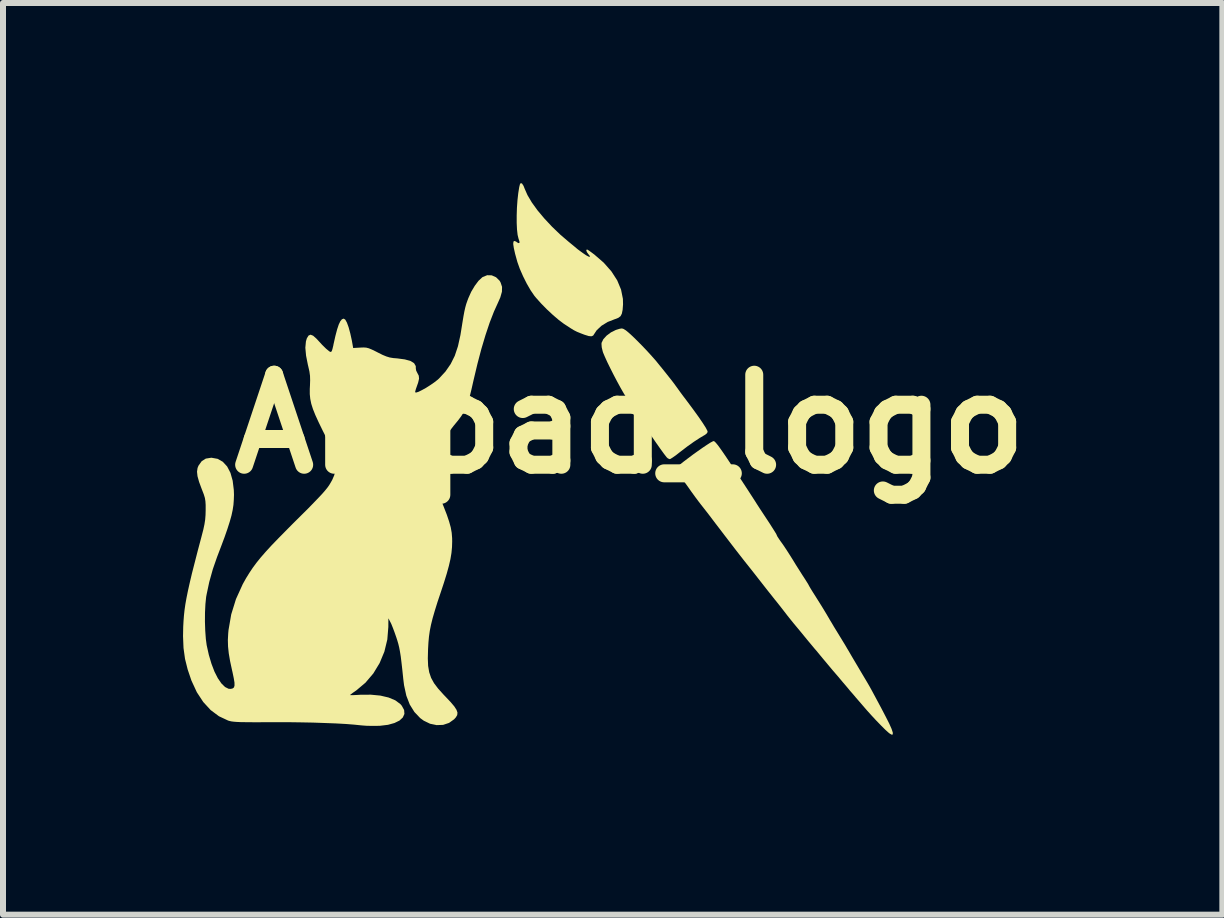
<source format=kicad_pcb>
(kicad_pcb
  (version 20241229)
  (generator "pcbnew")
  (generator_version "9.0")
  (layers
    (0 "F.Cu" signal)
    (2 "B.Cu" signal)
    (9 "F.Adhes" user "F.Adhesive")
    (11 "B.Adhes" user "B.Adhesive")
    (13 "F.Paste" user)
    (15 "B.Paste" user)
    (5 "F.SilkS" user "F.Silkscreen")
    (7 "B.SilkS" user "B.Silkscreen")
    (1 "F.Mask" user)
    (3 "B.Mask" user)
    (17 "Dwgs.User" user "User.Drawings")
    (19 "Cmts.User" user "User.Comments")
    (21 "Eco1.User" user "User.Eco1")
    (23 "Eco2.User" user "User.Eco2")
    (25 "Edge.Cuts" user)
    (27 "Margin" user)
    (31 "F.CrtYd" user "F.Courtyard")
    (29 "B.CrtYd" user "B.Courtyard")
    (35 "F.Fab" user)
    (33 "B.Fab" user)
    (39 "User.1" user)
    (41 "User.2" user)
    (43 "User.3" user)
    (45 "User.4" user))
  (footprint "Artpad_logo"
    (layer "F.Cu")
    (at 7.447 4.016)
    (property "Reference" "Artpad_logo" (at 0 0 0) (layer "F.SilkS") (effects (font (size 1.5 1.5) (thickness 0.3))))
    (attr board_only exclude_from_pos_files exclude_from_bom)
    (fp_poly (pts (xy -0.107 -1.585) (xy -0.073 -1.564) (xy -0.068 -1.561) (xy -0.023 -1.524) (xy 0.041 -1.466) (xy 0.116 -1.393) (xy 0.199 -1.309) (xy 0.283 -1.221) (xy 0.362 -1.134) (xy 0.433 -1.054) (xy 0.466 -1.013) (xy 0.491 -0.982) (xy 0.532 -0.932) (xy 0.58 -0.872) (xy 0.601 -0.846) (xy 0.654 -0.779) (xy 0.706 -0.713) (xy 0.747 -0.659) (xy 0.756 -0.646) (xy 0.788 -0.602) (xy 0.834 -0.538) (xy 0.888 -0.465) (xy 0.933 -0.406) (xy 1.05 -0.249) (xy 1.144 -0.119) (xy 1.215 -0.015) (xy 1.264 0.062) (xy 1.29 0.112) (xy 1.295 0.132) (xy 1.28 0.157) (xy 1.245 0.184) (xy 1.237 0.188) (xy 1.161 0.233) (xy 1.065 0.296) (xy 0.958 0.372) (xy 0.847 0.457) (xy 0.826 0.473) (xy 0.765 0.521) (xy 0.712 0.558) (xy 0.675 0.581) (xy 0.662 0.585) (xy 0.633 0.573) (xy 0.612 0.554) (xy 0.567 0.496) (xy 0.507 0.413) (xy 0.435 0.311) (xy 0.355 0.195) (xy 0.272 0.072) (xy 0.189 -0.055) (xy 0.144 -0.124) (xy 0.088 -0.212) (xy 0.03 -0.301) (xy -0.021 -0.382) (xy -0.061 -0.443) (xy -0.061 -0.443) (xy -0.106 -0.516) (xy -0.158 -0.607) (xy -0.215 -0.712) (xy -0.273 -0.822) (xy -0.328 -0.931) (xy -0.378 -1.033) (xy -0.418 -1.121) (xy -0.446 -1.187) (xy -0.453 -1.208) (xy -0.47 -1.278) (xy -0.474 -1.336) (xy -0.472 -1.355) (xy -0.443 -1.414) (xy -0.388 -1.474) (xy -0.317 -1.527) (xy -0.239 -1.566) (xy -0.225 -1.571) (xy -0.169 -1.588) (xy -0.134 -1.593)) (stroke (width 0) (type solid)) (fill yes) (layer "F.SilkS"))
    (fp_poly (pts (xy -1.797 -4.006) (xy -1.773 -3.969) (xy -1.755 -3.923) (xy -1.708 -3.816) (xy -1.636 -3.694) (xy -1.541 -3.562) (xy -1.426 -3.425) (xy -1.297 -3.287) (xy -1.157 -3.153) (xy -1.02 -3.036) (xy -0.964 -2.99) (xy -0.919 -2.953) (xy -0.892 -2.93) (xy -0.887 -2.926) (xy -0.869 -2.911) (xy -0.831 -2.883) (xy -0.787 -2.851) (xy -0.73 -2.812) (xy -0.689 -2.79) (xy -0.667 -2.786) (xy -0.668 -2.8) (xy -0.689 -2.826) (xy -0.717 -2.864) (xy -0.728 -2.894) (xy -0.718 -2.909) (xy -0.715 -2.909) (xy -0.696 -2.899) (xy -0.657 -2.872) (xy -0.606 -2.834) (xy -0.595 -2.826) (xy -0.437 -2.689) (xy -0.309 -2.544) (xy -0.212 -2.394) (xy -0.148 -2.24) (xy -0.117 -2.085) (xy -0.115 -1.993) (xy -0.122 -1.902) (xy -0.135 -1.839) (xy -0.157 -1.797) (xy -0.193 -1.77) (xy -0.246 -1.749) (xy -0.25 -1.748) (xy -0.371 -1.701) (xy -0.475 -1.637) (xy -0.554 -1.563) (xy -0.593 -1.504) (xy -0.613 -1.474) (xy -0.642 -1.462) (xy -0.686 -1.466) (xy -0.754 -1.487) (xy -0.763 -1.49) (xy -0.828 -1.515) (xy -0.882 -1.537) (xy -0.933 -1.563) (xy -0.989 -1.597) (xy -1.062 -1.645) (xy -1.102 -1.671) (xy -1.187 -1.735) (xy -1.284 -1.818) (xy -1.386 -1.913) (xy -1.482 -2.011) (xy -1.565 -2.104) (xy -1.593 -2.138) (xy -1.654 -2.227) (xy -1.719 -2.339) (xy -1.781 -2.463) (xy -1.835 -2.586) (xy -1.875 -2.698) (xy -1.877 -2.705) (xy -1.913 -2.835) (xy -1.935 -2.933) (xy -1.945 -3.001) (xy -1.941 -3.04) (xy -1.927 -3.051) (xy -1.896 -3.04) (xy -1.889 -3.033) (xy -1.863 -3.017) (xy -1.853 -3.015) (xy -1.84 -3.021) (xy -1.841 -3.042) (xy -1.856 -3.088) (xy -1.857 -3.091) (xy -1.872 -3.153) (xy -1.882 -3.243) (xy -1.887 -3.353) (xy -1.887 -3.475) (xy -1.883 -3.604) (xy -1.874 -3.73) (xy -1.861 -3.847) (xy -1.845 -3.947) (xy -1.833 -3.996) (xy -1.818 -4.016)) (stroke (width 0) (type solid)) (fill yes) (layer "F.SilkS"))
    (fp_poly (pts (xy 1.404 0.287) (xy 1.419 0.299) (xy 1.439 0.321) (xy 1.467 0.355) (xy 1.502 0.403) (xy 1.547 0.467) (xy 1.603 0.549) (xy 1.671 0.651) (xy 1.752 0.775) (xy 1.849 0.922) (xy 1.962 1.095) (xy 2.092 1.296) (xy 2.112 1.328) (xy 2.165 1.41) (xy 2.229 1.507) (xy 2.293 1.604) (xy 2.33 1.66) (xy 2.375 1.731) (xy 2.413 1.791) (xy 2.439 1.834) (xy 2.448 1.855) (xy 2.448 1.855) (xy 2.458 1.876) (xy 2.485 1.917) (xy 2.521 1.969) (xy 2.524 1.972) (xy 2.564 2.029) (xy 2.615 2.106) (xy 2.67 2.192) (xy 2.714 2.262) (xy 2.767 2.349) (xy 2.823 2.437) (xy 2.873 2.516) (xy 2.905 2.565) (xy 2.94 2.62) (xy 2.967 2.663) (xy 2.979 2.685) (xy 2.98 2.687) (xy 2.989 2.704) (xy 3.013 2.745) (xy 3.05 2.805) (xy 3.096 2.877) (xy 3.107 2.895) (xy 3.16 2.979) (xy 3.211 3.061) (xy 3.254 3.132) (xy 3.284 3.182) (xy 3.285 3.184) (xy 3.312 3.23) (xy 3.337 3.273) (xy 3.364 3.317) (xy 3.396 3.372) (xy 3.439 3.442) (xy 3.496 3.535) (xy 3.501 3.543) (xy 3.546 3.617) (xy 3.588 3.686) (xy 3.62 3.741) (xy 3.634 3.764) (xy 3.657 3.803) (xy 3.69 3.86) (xy 3.736 3.938) (xy 3.796 4.039) (xy 3.871 4.166) (xy 3.92 4.248) (xy 3.958 4.312) (xy 3.995 4.376) (xy 4.033 4.445) (xy 4.076 4.525) (xy 4.127 4.62) (xy 4.189 4.736) (xy 4.259 4.87) (xy 4.32 4.99) (xy 4.36 5.08) (xy 4.38 5.141) (xy 4.38 5.173) (xy 4.36 5.176) (xy 4.32 5.152) (xy 4.259 5.098) (xy 4.185 5.024) (xy 4.097 4.933) (xy 4.022 4.852) (xy 3.95 4.772) (xy 3.872 4.682) (xy 3.811 4.611) (xy 3.764 4.557) (xy 3.723 4.508) (xy 3.696 4.477) (xy 3.666 4.443) (xy 3.625 4.393) (xy 3.592 4.354) (xy 3.544 4.298) (xy 3.498 4.243) (xy 3.474 4.214) (xy 3.384 4.11) (xy 3.301 4.011) (xy 3.23 3.926) (xy 3.21 3.902) (xy 3.162 3.844) (xy 3.107 3.777) (xy 3.077 3.743) (xy 3.033 3.69) (xy 2.993 3.642) (xy 2.972 3.617) (xy 2.948 3.588) (xy 2.907 3.538) (xy 2.855 3.474) (xy 2.796 3.403) (xy 2.786 3.391) (xy 2.726 3.319) (xy 2.672 3.252) (xy 2.628 3.197) (xy 2.601 3.162) (xy 2.599 3.159) (xy 2.574 3.127) (xy 2.533 3.074) (xy 2.481 3.008) (xy 2.424 2.936) (xy 2.422 2.935) (xy 2.36 2.856) (xy 2.297 2.777) (xy 2.242 2.707) (xy 2.206 2.661) (xy 2.041 2.45) (xy 1.912 2.288) (xy 1.873 2.238) (xy 1.816 2.165) (xy 1.746 2.075) (xy 1.668 1.973) (xy 1.585 1.865) (xy 1.502 1.756) (xy 1.423 1.653) (xy 1.352 1.559) (xy 1.307 1.5) (xy 1.276 1.46) (xy 1.232 1.404) (xy 1.188 1.348) (xy 1.138 1.283) (xy 1.088 1.216) (xy 1.054 1.169) (xy 1.02 1.122) (xy 0.973 1.055) (xy 0.919 0.98) (xy 0.879 0.926) (xy 0.833 0.858) (xy 0.796 0.799) (xy 0.774 0.756) (xy 0.769 0.736) (xy 0.787 0.715) (xy 0.83 0.678) (xy 0.891 0.629) (xy 0.965 0.573) (xy 1.046 0.512) (xy 1.13 0.452) (xy 1.211 0.395) (xy 1.284 0.346) (xy 1.342 0.309) (xy 1.382 0.288) (xy 1.394 0.284)) (stroke (width 0) (type solid)) (fill yes) (layer "F.SilkS"))
    (fp_poly (pts (xy -2.303 -2.478) (xy -2.231 -2.446) (xy -2.172 -2.388) (xy -2.155 -2.358) (xy -2.131 -2.286) (xy -2.133 -2.205) (xy -2.16 -2.11) (xy -2.197 -2.026) (xy -2.266 -1.874) (xy -2.337 -1.691) (xy -2.407 -1.482) (xy -2.476 -1.251) (xy -2.541 -1.004) (xy -2.603 -0.743) (xy -2.607 -0.726) (xy -2.641 -0.576) (xy -2.671 -0.454) (xy -2.701 -0.355) (xy -2.732 -0.272) (xy -2.768 -0.199) (xy -2.811 -0.131) (xy -2.864 -0.06) (xy -2.93 0.02) (xy -2.936 0.027) (xy -3.052 0.178) (xy -3.137 0.329) (xy -3.193 0.487) (xy -3.224 0.659) (xy -3.232 0.825) (xy -3.23 0.916) (xy -3.223 0.997) (xy -3.209 1.075) (xy -3.185 1.16) (xy -3.15 1.26) (xy -3.104 1.376) (xy -3.051 1.512) (xy -3.013 1.625) (xy -2.986 1.722) (xy -2.97 1.812) (xy -2.963 1.901) (xy -2.962 1.956) (xy -2.965 2.052) (xy -2.974 2.148) (xy -2.991 2.25) (xy -3.017 2.363) (xy -3.053 2.494) (xy -3.1 2.646) (xy -3.149 2.794) (xy -3.207 2.967) (xy -3.252 3.112) (xy -3.288 3.236) (xy -3.315 3.345) (xy -3.335 3.445) (xy -3.349 3.543) (xy -3.358 3.644) (xy -3.364 3.751) (xy -3.368 3.905) (xy -3.363 4.03) (xy -3.345 4.136) (xy -3.313 4.23) (xy -3.264 4.319) (xy -3.195 4.41) (xy -3.102 4.513) (xy -3.073 4.543) (xy -2.987 4.634) (xy -2.927 4.705) (xy -2.89 4.762) (xy -2.874 4.808) (xy -2.878 4.849) (xy -2.901 4.888) (xy -2.93 4.92) (xy -3.014 4.98) (xy -3.113 5.013) (xy -3.221 5.017) (xy -3.331 4.994) (xy -3.436 4.943) (xy -3.495 4.9) (xy -3.592 4.798) (xy -3.669 4.674) (xy -3.726 4.527) (xy -3.764 4.353) (xy -3.777 4.248) (xy -3.793 4.095) (xy -3.807 3.972) (xy -3.819 3.873) (xy -3.832 3.792) (xy -3.845 3.724) (xy -3.86 3.662) (xy -3.878 3.601) (xy -3.894 3.552) (xy -3.923 3.469) (xy -3.952 3.392) (xy -3.977 3.33) (xy -3.99 3.304) (xy -4.025 3.237) (xy -4.026 3.382) (xy -4.043 3.591) (xy -4.092 3.793) (xy -4.171 3.983) (xy -4.276 4.156) (xy -4.407 4.31) (xy -4.56 4.439) (xy -4.569 4.445) (xy -4.618 4.479) (xy -4.652 4.505) (xy -4.665 4.516) (xy -4.649 4.518) (xy -4.604 4.517) (xy -4.54 4.514) (xy -4.492 4.511) (xy -4.317 4.51) (xy -4.159 4.525) (xy -4.022 4.557) (xy -3.91 4.604) (xy -3.826 4.666) (xy -3.802 4.694) (xy -3.763 4.765) (xy -3.758 4.831) (xy -3.785 4.89) (xy -3.84 4.941) (xy -3.924 4.982) (xy -4.032 5.012) (xy -4.164 5.028) (xy -4.204 5.029) (xy -4.295 5.03) (xy -4.389 5.028) (xy -4.469 5.022) (xy -4.488 5.02) (xy -4.596 5.009) (xy -4.734 4.998) (xy -4.898 4.989) (xy -5.083 4.982) (xy -5.283 4.975) (xy -5.493 4.971) (xy -5.709 4.968) (xy -5.925 4.968) (xy -5.986 4.968) (xy -6.155 4.969) (xy -6.291 4.969) (xy -6.401 4.968) (xy -6.486 4.967) (xy -6.552 4.964) (xy -6.602 4.96) (xy -6.641 4.955) (xy -6.672 4.948) (xy -6.696 4.941) (xy -6.849 4.869) (xy -6.987 4.766) (xy -7.11 4.632) (xy -7.217 4.469) (xy -7.306 4.277) (xy -7.308 4.272) (xy -7.37 4.089) (xy -7.414 3.913) (xy -7.439 3.732) (xy -7.447 3.537) (xy -7.444 3.379) (xy -7.439 3.285) (xy -7.432 3.193) (xy -7.422 3.1) (xy -7.408 3.002) (xy -7.389 2.896) (xy -7.365 2.778) (xy -7.335 2.644) (xy -7.299 2.491) (xy -7.254 2.315) (xy -7.202 2.112) (xy -7.14 1.879) (xy -7.138 1.871) (xy -7.109 1.759) (xy -7.09 1.67) (xy -7.078 1.592) (xy -7.072 1.514) (xy -7.07 1.437) (xy -7.07 1.35) (xy -7.074 1.286) (xy -7.083 1.231) (xy -7.101 1.172) (xy -7.13 1.097) (xy -7.136 1.082) (xy -7.18 0.963) (xy -7.206 0.869) (xy -7.214 0.794) (xy -7.205 0.732) (xy -7.189 0.693) (xy -7.136 0.619) (xy -7.068 0.576) (xy -6.98 0.562) (xy -6.97 0.562) (xy -6.87 0.58) (xy -6.784 0.629) (xy -6.712 0.707) (xy -6.657 0.813) (xy -6.62 0.944) (xy -6.601 1.098) (xy -6.598 1.178) (xy -6.601 1.264) (xy -6.607 1.347) (xy -6.62 1.432) (xy -6.64 1.525) (xy -6.669 1.628) (xy -6.707 1.747) (xy -6.755 1.885) (xy -6.816 2.048) (xy -6.879 2.213) (xy -6.95 2.417) (xy -7.01 2.632) (xy -7.054 2.839) (xy -7.062 2.882) (xy -7.074 3) (xy -7.081 3.141) (xy -7.082 3.293) (xy -7.077 3.443) (xy -7.067 3.581) (xy -7.053 3.685) (xy -7.017 3.847) (xy -6.973 3.995) (xy -6.923 4.126) (xy -6.867 4.236) (xy -6.808 4.322) (xy -6.747 4.382) (xy -6.687 4.412) (xy -6.649 4.413) (xy -6.618 4.405) (xy -6.598 4.388) (xy -6.589 4.357) (xy -6.59 4.307) (xy -6.602 4.234) (xy -6.623 4.133) (xy -6.63 4.103) (xy -6.663 3.95) (xy -6.685 3.821) (xy -6.697 3.707) (xy -6.7 3.598) (xy -6.694 3.485) (xy -6.689 3.432) (xy -6.644 3.172) (xy -6.565 2.917) (xy -6.451 2.666) (xy -6.395 2.566) (xy -6.341 2.479) (xy -6.285 2.395) (xy -6.223 2.311) (xy -6.152 2.223) (xy -6.069 2.128) (xy -5.971 2.021) (xy -5.855 1.901) (xy -5.718 1.762) (xy -5.615 1.658) (xy -5.477 1.521) (xy -5.361 1.406) (xy -5.267 1.309) (xy -5.19 1.229) (xy -5.128 1.163) (xy -5.08 1.108) (xy -5.042 1.061) (xy -5.012 1.019) (xy -4.988 0.979) (xy -4.966 0.94) (xy -4.961 0.931) (xy -4.929 0.857) (xy -4.908 0.786) (xy -4.901 0.713) (xy -4.908 0.634) (xy -4.93 0.544) (xy -4.967 0.439) (xy -5.021 0.314) (xy -5.092 0.164) (xy -5.117 0.115) (xy -5.187 -0.029) (xy -5.242 -0.149) (xy -5.282 -0.249) (xy -5.31 -0.337) (xy -5.327 -0.419) (xy -5.335 -0.499) (xy -5.335 -0.584) (xy -5.332 -0.639) (xy -5.329 -0.728) (xy -5.331 -0.802) (xy -5.341 -0.876) (xy -5.361 -0.964) (xy -5.366 -0.984) (xy -5.397 -1.14) (xy -5.409 -1.272) (xy -5.399 -1.378) (xy -5.384 -1.428) (xy -5.356 -1.474) (xy -5.322 -1.489) (xy -5.279 -1.472) (xy -5.224 -1.423) (xy -5.209 -1.407) (xy -5.13 -1.321) (xy -5.064 -1.256) (xy -5.013 -1.214) (xy -4.999 -1.205) (xy -4.983 -1.201) (xy -4.97 -1.213) (xy -4.958 -1.247) (xy -4.943 -1.308) (xy -4.94 -1.326) (xy -4.908 -1.468) (xy -4.879 -1.578) (xy -4.852 -1.659) (xy -4.826 -1.713) (xy -4.8 -1.745) (xy -4.772 -1.756) (xy -4.768 -1.756) (xy -4.743 -1.739) (xy -4.716 -1.69) (xy -4.688 -1.613) (xy -4.66 -1.51) (xy -4.633 -1.387) (xy -4.623 -1.33) (xy -4.612 -1.267) (xy -4.492 -1.274) (xy -4.437 -1.276) (xy -4.393 -1.273) (xy -4.351 -1.262) (xy -4.3 -1.241) (xy -4.232 -1.208) (xy -4.203 -1.193) (xy -4.121 -1.152) (xy -4.058 -1.126) (xy -4.002 -1.109) (xy -3.941 -1.099) (xy -3.878 -1.094) (xy -3.751 -1.077) (xy -3.657 -1.051) (xy -3.597 -1.014) (xy -3.569 -0.966) (xy -3.568 -0.926) (xy -3.562 -0.89) (xy -3.543 -0.852) (xy -3.519 -0.806) (xy -3.514 -0.756) (xy -3.529 -0.691) (xy -3.548 -0.637) (xy -3.567 -0.583) (xy -3.578 -0.543) (xy -3.579 -0.529) (xy -3.561 -0.525) (xy -3.521 -0.538) (xy -3.465 -0.566) (xy -3.398 -0.603) (xy -3.329 -0.647) (xy -3.262 -0.693) (xy -3.203 -0.739) (xy -3.18 -0.76) (xy -3.074 -0.875) (xy -2.988 -0.999) (xy -2.919 -1.137) (xy -2.866 -1.296) (xy -2.825 -1.481) (xy -2.812 -1.561) (xy -2.791 -1.692) (xy -2.774 -1.795) (xy -2.759 -1.876) (xy -2.744 -1.942) (xy -2.728 -2) (xy -2.708 -2.057) (xy -2.693 -2.097) (xy -2.645 -2.204) (xy -2.586 -2.303) (xy -2.524 -2.386) (xy -2.462 -2.444) (xy -2.453 -2.45) (xy -2.379 -2.48)) (stroke (width 0) (type solid)) (fill yes) (layer "F.SilkS")))
  (gr_rect
    (start -3 -3)
    (end 17.319 12.192)
    (stroke (width 0.1) (type default))
    (fill no)
    (layer "Edge.Cuts")))
</source>
